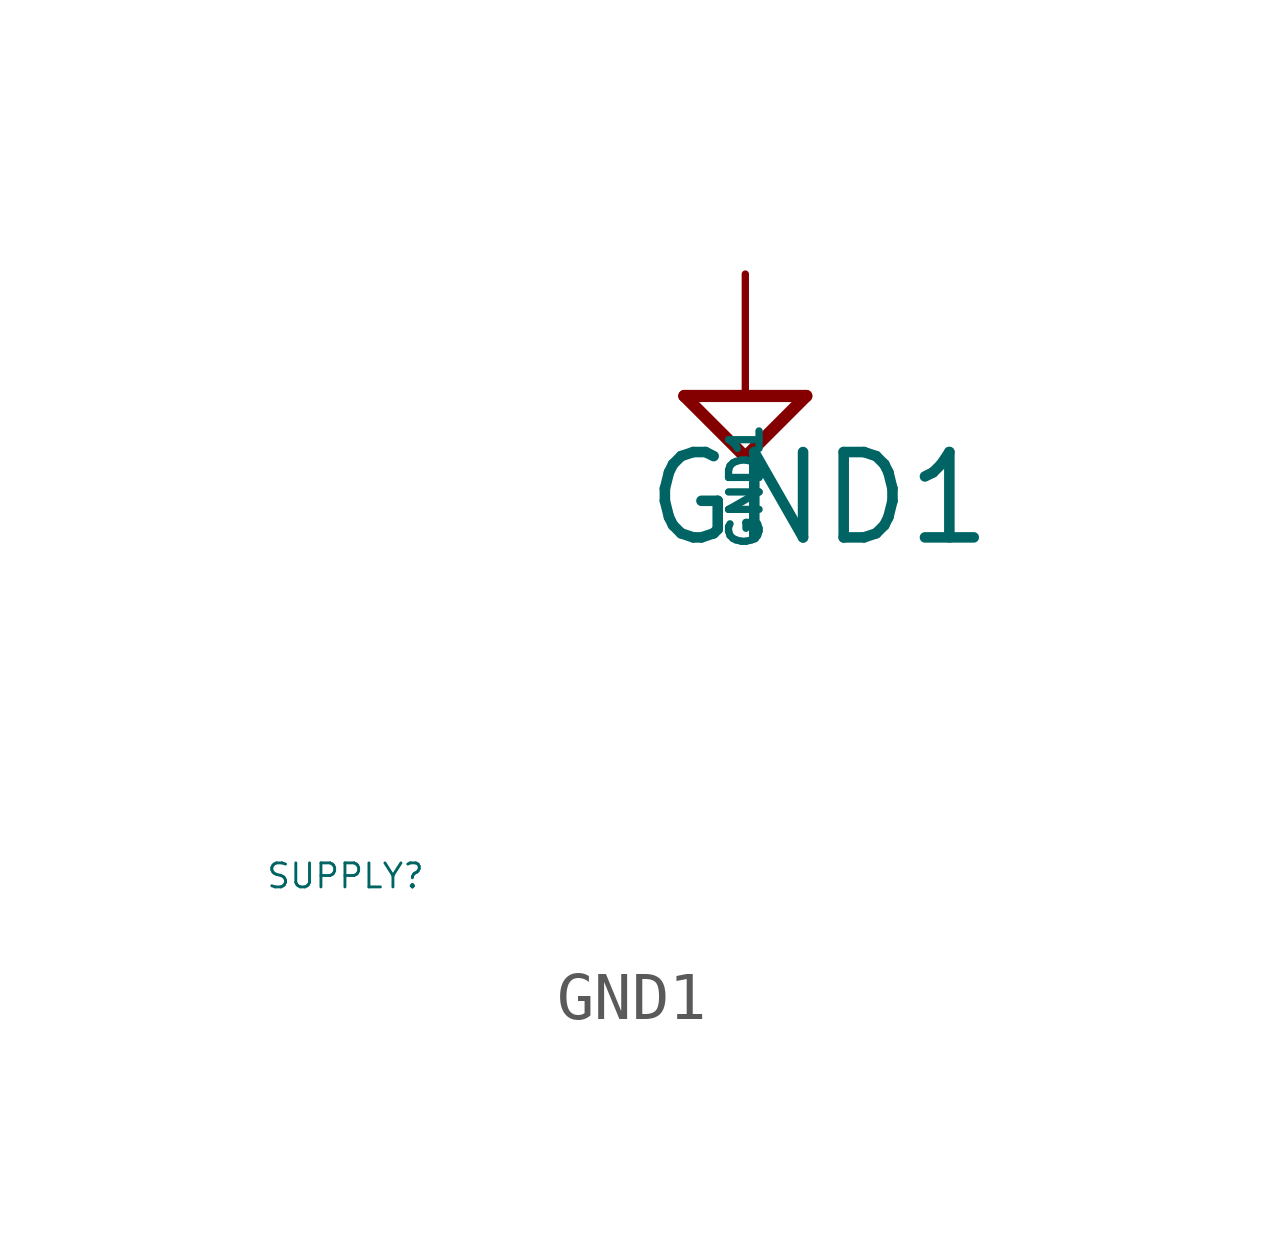
<source format=kicad_sym>
(kicad_symbol_lib
  (version 20220914)
  (generator Eagle2Kicad)
  (symbol "GND1"
    (property "Reference" "SUPPLY"
      (at -10 -10 0)
      (effects (font (size 0.5 0.5) (thickness 0.06)) (justify left)))
    (property "Value" "GND1"
      (at -2.159 -3.175 0)
      (effects (font (size 1.778 1.778) (thickness 0.22)) (justify left bottom)))
    (polyline
      (pts (xy -1.27 0) (xy 1.27 0))
      (stroke (width 0.254) (type default))
      (fill (type none)))
    (polyline
      (pts (xy 1.27 0) (xy 0 -1.27))
      (stroke (width 0.254) (type default))
      (fill (type none)))
    (polyline
      (pts (xy 0 -1.27) (xy -1.27 0))
      (stroke (width 0.254) (type default))
      (fill (type none)))
    (pin unspecified line
      (at 0 2.54 270)
      (length 2.54)
      (name "GND1" (effects (font (size 0.635 0.635) (thickness 0.08)) (justify left bottom)))
      (number "" (effects (font (size 0.635 0.635) (thickness 0.08)) (justify left bottom))))))
</source>
